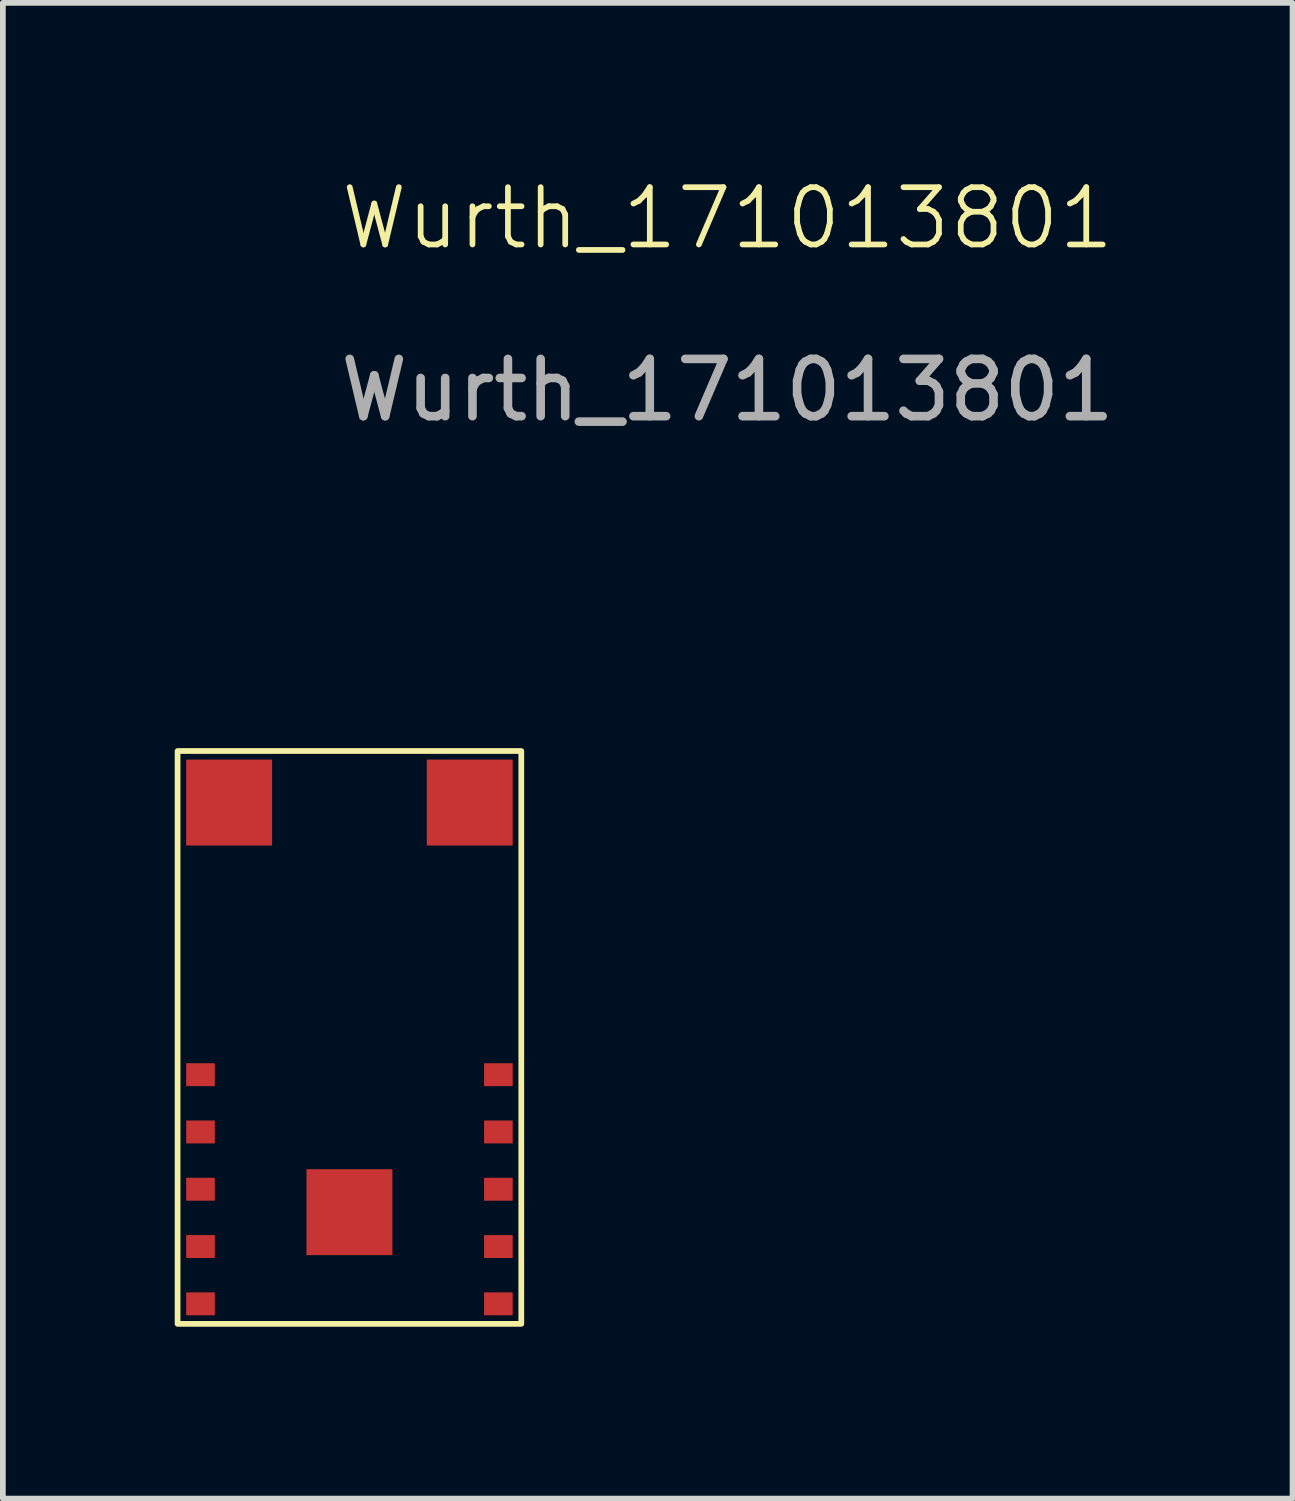
<source format=kicad_pcb>
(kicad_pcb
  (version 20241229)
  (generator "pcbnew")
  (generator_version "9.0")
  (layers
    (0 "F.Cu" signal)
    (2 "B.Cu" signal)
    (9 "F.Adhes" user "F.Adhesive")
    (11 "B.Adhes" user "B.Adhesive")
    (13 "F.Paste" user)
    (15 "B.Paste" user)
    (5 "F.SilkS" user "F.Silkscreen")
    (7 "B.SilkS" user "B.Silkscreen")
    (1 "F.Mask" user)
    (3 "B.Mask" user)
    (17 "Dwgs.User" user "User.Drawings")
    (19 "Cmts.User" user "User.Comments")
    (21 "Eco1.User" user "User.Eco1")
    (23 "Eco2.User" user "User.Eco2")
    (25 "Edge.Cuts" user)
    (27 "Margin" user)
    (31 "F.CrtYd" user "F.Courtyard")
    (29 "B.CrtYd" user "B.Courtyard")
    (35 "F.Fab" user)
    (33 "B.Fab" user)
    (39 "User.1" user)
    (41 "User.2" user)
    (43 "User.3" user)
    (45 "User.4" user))
  (footprint "Wurth_171013801"
    (layer "F.Cu")
    (at 3.05 15.06)
    (property "Reference" "Wurth_171013801" (at 6.6 -14.3 0) (unlocked yes) (layer "F.SilkS") (effects (font (size 1 1) (thickness 0.1))))
    (attr smd)
    (fp_rect (start -3 -5) (end 3 5) (stroke (width 0.1) (type default)) (fill no) (layer "F.SilkS"))
    (fp_text user "${REFERENCE}" (at 6.6 -11.3 0) (unlocked yes) (layer "F.Fab") (effects (font (size 1 1) (thickness 0.15))))
    (pad "1" smd rect (at 2.6 4.65 90) (size 0.4 0.5) (layers "F.Cu" "F.Mask" "F.Paste"))
    (pad "2" smd rect (at 2.6 3.65 90) (size 0.4 0.5) (layers "F.Cu" "F.Mask" "F.Paste"))
    (pad "3" smd rect (at 2.6 2.65 90) (size 0.4 0.5) (layers "F.Cu" "F.Mask" "F.Paste"))
    (pad "4" smd rect (at 2.6 1.65 90) (size 0.4 0.5) (layers "F.Cu" "F.Mask" "F.Paste"))
    (pad "5" smd rect (at 2.6 0.65 90) (size 0.4 0.5) (layers "F.Cu" "F.Mask" "F.Paste"))
    (pad "6" smd rect (at 2.1 -4.1 90) (size 1.5 1.5) (layers "F.Cu" "F.Mask" "F.Paste"))
    (pad "7" smd rect (at -2.1 -4.1 270) (size 1.5 1.5) (layers "F.Cu" "F.Mask" "F.Paste"))
    (pad "8" smd rect (at -2.6 0.65 270) (size 0.4 0.5) (layers "F.Cu" "F.Mask" "F.Paste"))
    (pad "9" smd rect (at -2.6 1.65 270) (size 0.4 0.5) (layers "F.Cu" "F.Mask" "F.Paste"))
    (pad "10" smd rect (at -2.6 2.65 270) (size 0.4 0.5) (layers "F.Cu" "F.Mask" "F.Paste"))
    (pad "11" smd rect (at -2.6 3.65 270) (size 0.4 0.5) (layers "F.Cu" "F.Mask" "F.Paste"))
    (pad "12" smd rect (at -2.6 4.65 270) (size 0.4 0.5) (layers "F.Cu" "F.Mask" "F.Paste"))
    (pad "13" smd rect (at 0 3.05 90) (size 1.5 1.5) (layers "F.Cu" "F.Mask" "F.Paste"))
    (zone (net_name "") (layer "F.SilkS") (name "Composant") (hatch edge 0.5) (connect_pads) (min_thickness 0.25) (filled_areas_thickness no) (keepout (tracks allowed) (vias not_allowed) (pads not_allowed) (copperpour allowed) (footprints allowed)) (placement (enabled no)) (fill) (polygon (pts (xy 0.05 10.06) (xy 6.05 10.06) (xy 6.05 20.061) (xy 0.05 20.061)))))
  (gr_rect
    (start -3 -3)
    (end 19.513 23.11)
    (stroke (width 0.1) (type default))
    (fill no)
    (layer "Edge.Cuts")))
</source>
